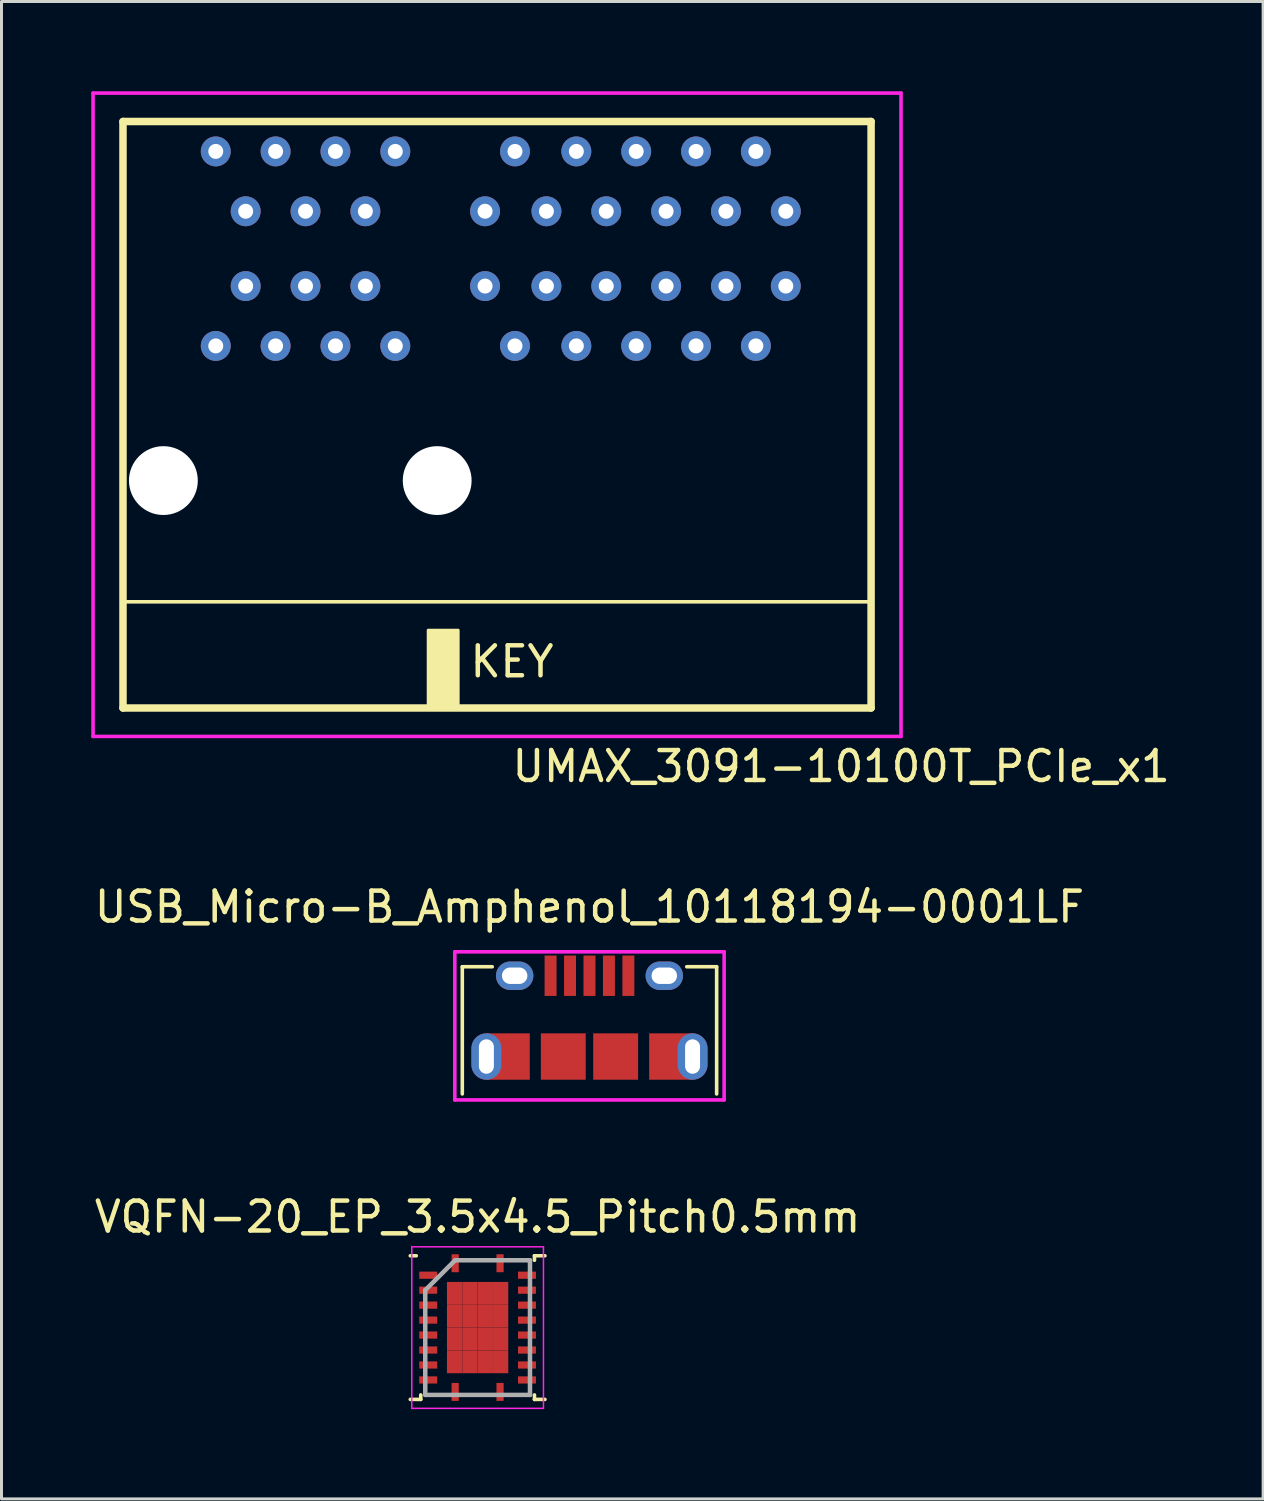
<source format=kicad_pcb>
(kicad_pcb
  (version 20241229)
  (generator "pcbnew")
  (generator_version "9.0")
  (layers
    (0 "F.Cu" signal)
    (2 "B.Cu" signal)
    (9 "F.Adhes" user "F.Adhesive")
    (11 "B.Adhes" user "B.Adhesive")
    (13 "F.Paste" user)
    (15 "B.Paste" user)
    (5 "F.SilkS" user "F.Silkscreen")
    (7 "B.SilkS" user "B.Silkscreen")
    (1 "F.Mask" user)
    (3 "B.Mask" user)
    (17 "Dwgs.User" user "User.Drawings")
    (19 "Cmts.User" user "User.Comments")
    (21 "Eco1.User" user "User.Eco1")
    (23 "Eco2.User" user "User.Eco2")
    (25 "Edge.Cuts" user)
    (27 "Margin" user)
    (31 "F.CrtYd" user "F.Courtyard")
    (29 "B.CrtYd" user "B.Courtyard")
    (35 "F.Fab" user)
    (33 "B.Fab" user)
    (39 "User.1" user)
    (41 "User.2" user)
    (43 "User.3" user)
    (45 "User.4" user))
  (footprint "USB_Micro-B_Amphenol_10118194-0001LF"
    (layer "F.Cu")
    (at 16.649 32.257)
    (property "Reference" "USB_Micro-B_Amphenol_10118194-0001LF" (at 0 -5 0) (layer "F.SilkS") (effects (font (size 1 1) (thickness 0.15))))
    (attr through_hole)
    (fp_line (start -4.25 -3) (end -3.25 -3) (stroke (width 0.12) (type solid)) (layer "F.SilkS"))
    (fp_line (start -4.25 1.25) (end -4.25 -3) (stroke (width 0.12) (type solid)) (layer "F.SilkS"))
    (fp_line (start 4.25 -3) (end 3.25 -3) (stroke (width 0.12) (type solid)) (layer "F.SilkS"))
    (fp_line (start 4.25 1.25) (end 4.25 -3) (stroke (width 0.12) (type solid)) (layer "F.SilkS"))
    (fp_line (start -4.5 -3.5) (end -4.5 1.45) (stroke (width 0.12) (type solid)) (layer "F.CrtYd"))
    (fp_line (start -4.5 1.45) (end 4.5 1.45) (stroke (width 0.12) (type solid)) (layer "F.CrtYd"))
    (fp_line (start 4.5 -3.5) (end -4.5 -3.5) (stroke (width 0.12) (type solid)) (layer "F.CrtYd"))
    (fp_line (start 4.5 1.45) (end 4.5 -3.5) (stroke (width 0.12) (type solid)) (layer "F.CrtYd"))
    (pad "" thru_hole oval (at -3.445 0 180) (size 1 1.55) (drill oval 0.5 1.15) (layers "*.Cu" "*.Mask" "F.Paste"))
    (pad "" smd rect (at -2.72 0 180) (size 1.45 1.55) (layers "F.Cu" "F.Mask" "F.Paste"))
    (pad "" thru_hole oval (at -2.5 -2.7) (size 1.25 0.95) (drill oval 0.85 0.55) (layers "*.Cu" "*.Mask" "F.Paste"))
    (pad "" smd rect (at -0.875 0) (size 1.5 1.55) (layers "F.Cu" "F.Mask" "F.Paste"))
    (pad "" smd rect (at 0.875 0) (size 1.5 1.55) (layers "F.Cu" "F.Mask" "F.Paste"))
    (pad "" thru_hole oval (at 2.5 -2.7) (size 1.25 0.95) (drill oval 0.85 0.55) (layers "*.Cu" "*.Mask" "F.Paste"))
    (pad "" smd rect (at 2.72 0) (size 1.45 1.55) (layers "F.Cu" "F.Mask" "F.Paste"))
    (pad "" thru_hole oval (at 3.445 0) (size 1 1.55) (drill oval 0.5 1.15) (layers "*.Cu" "*.Mask" "F.Paste"))
    (pad "1" smd rect (at -1.3 -2.7) (size 0.4 1.35) (layers "F.Cu" "F.Mask" "F.Paste"))
    (pad "2" smd rect (at -0.65 -2.7) (size 0.4 1.35) (layers "F.Cu" "F.Mask" "F.Paste"))
    (pad "3" smd rect (at 0 -2.7) (size 0.4 1.35) (layers "F.Cu" "F.Mask" "F.Paste"))
    (pad "4" smd rect (at 0.65 -2.7) (size 0.4 1.35) (layers "F.Cu" "F.Mask" "F.Paste"))
    (pad "5" smd rect (at 1.3 -2.7) (size 0.4 1.35) (layers "F.Cu" "F.Mask" "F.Paste")))
  (footprint "UMAX_3091-10100T_PCIe_x1"
    (layer "F.Cu")
    (at 11.56 13.01)
    (property "Reference" "UMAX_3091-10100T_PCIe_x1" (at 13.5 9.55 0) (layer "F.SilkS") (effects (font (size 1 1) (thickness 0.15))))
    (attr through_hole)
    (fp_line (start -10.5 -12) (end -10.5 7.6) (stroke (width 0.25) (type solid)) (layer "F.SilkS"))
    (fp_line (start -10.5 4.05) (end 14.5 4.05) (stroke (width 0.12) (type solid)) (layer "F.SilkS"))
    (fp_line (start 14.5 -12) (end -10.5 -12) (stroke (width 0.25) (type solid)) (layer "F.SilkS"))
    (fp_line (start 14.5 -12) (end 14.5 7.6) (stroke (width 0.25) (type solid)) (layer "F.SilkS"))
    (fp_line (start 14.5 7.6) (end -10.5 7.6) (stroke (width 0.25) (type solid)) (layer "F.SilkS"))
    (fp_poly (pts (xy 0.7 7.5) (xy -0.3 7.5) (xy -0.3 5) (xy 0.7 5)) (stroke (width 0.1) (type solid)) (fill yes) (layer "F.SilkS"))
    (fp_line (start -11.5 -12.95) (end 15.5 -12.95) (stroke (width 0.12) (type solid)) (layer "F.CrtYd"))
    (fp_line (start -11.5 8.55) (end -11.5 -12.95) (stroke (width 0.12) (type solid)) (layer "F.CrtYd"))
    (fp_line (start 15.5 -12.95) (end 15.5 8.55) (stroke (width 0.12) (type solid)) (layer "F.CrtYd"))
    (fp_line (start 15.5 8.55) (end -11.5 8.55) (stroke (width 0.12) (type solid)) (layer "F.CrtYd"))
    (fp_text user "KEY" (at 2.5 6.05 0) (layer "F.SilkS") (effects (font (size 1 1) (thickness 0.15))))
    (pad "" np_thru_hole circle (at -9.15 0) (size 2.3 2.3) (drill 2.3) (layers "*.Cu" "*.Mask"))
    (pad "" np_thru_hole circle (at 0 0) (size 2.3 2.3) (drill 2.3) (layers "*.Cu" "*.Mask"))
    (pad "a1" thru_hole circle (at 11.65 -6.5 180) (size 1 1) (drill 0.5) (layers "*.Cu" "*.Mask"))
    (pad "a2" thru_hole circle (at 10.65 -4.5 180) (size 1 1) (drill 0.5) (layers "*.Cu" "*.Mask"))
    (pad "a3" thru_hole circle (at 9.65 -6.5 180) (size 1 1) (drill 0.5) (layers "*.Cu" "*.Mask"))
    (pad "a4" thru_hole circle (at 8.65 -4.5 180) (size 1 1) (drill 0.5) (layers "*.Cu" "*.Mask"))
    (pad "a5" thru_hole circle (at 7.65 -6.5 180) (size 1 1) (drill 0.5) (layers "*.Cu" "*.Mask"))
    (pad "a6" thru_hole circle (at 6.65 -4.5 180) (size 1 1) (drill 0.5) (layers "*.Cu" "*.Mask"))
    (pad "a7" thru_hole circle (at 5.65 -6.5 180) (size 1 1) (drill 0.5) (layers "*.Cu" "*.Mask"))
    (pad "a8" thru_hole circle (at 4.65 -4.5 180) (size 1 1) (drill 0.5) (layers "*.Cu" "*.Mask"))
    (pad "a9" thru_hole circle (at 3.65 -6.5 180) (size 1 1) (drill 0.5) (layers "*.Cu" "*.Mask"))
    (pad "a10" thru_hole circle (at 2.6 -4.5 180) (size 1 1) (drill 0.5) (layers "*.Cu" "*.Mask"))
    (pad "a11" thru_hole circle (at 1.6 -6.5 180) (size 1 1) (drill 0.5) (layers "*.Cu" "*.Mask"))
    (pad "a12" thru_hole circle (at -1.4 -4.5) (size 1 1) (drill 0.5) (layers "*.Cu" "*.Mask"))
    (pad "a13" thru_hole circle (at -2.4 -6.5) (size 1 1) (drill 0.5) (layers "*.Cu" "*.Mask"))
    (pad "a14" thru_hole circle (at -3.4 -4.5) (size 1 1) (drill 0.5) (layers "*.Cu" "*.Mask"))
    (pad "a15" thru_hole circle (at -4.4 -6.5) (size 1 1) (drill 0.5) (layers "*.Cu" "*.Mask"))
    (pad "a16" thru_hole circle (at -5.4 -4.5) (size 1 1) (drill 0.5) (layers "*.Cu" "*.Mask"))
    (pad "a17" thru_hole circle (at -6.4 -6.5) (size 1 1) (drill 0.5) (layers "*.Cu" "*.Mask"))
    (pad "a18" thru_hole circle (at -7.4 -4.5) (size 1 1) (drill 0.5) (layers "*.Cu" "*.Mask"))
    (pad "b1" thru_hole circle (at 11.65 -9 180) (size 1 1) (drill 0.5) (layers "*.Cu" "*.Mask"))
    (pad "b2" thru_hole circle (at 10.65 -11 180) (size 1 1) (drill 0.5) (layers "*.Cu" "*.Mask"))
    (pad "b3" thru_hole circle (at 9.65 -9 180) (size 1 1) (drill 0.5) (layers "*.Cu" "*.Mask"))
    (pad "b4" thru_hole circle (at 8.65 -11 180) (size 1 1) (drill 0.5) (layers "*.Cu" "*.Mask"))
    (pad "b5" thru_hole circle (at 7.65 -9 180) (size 1 1) (drill 0.5) (layers "*.Cu" "*.Mask"))
    (pad "b6" thru_hole circle (at 6.65 -11 180) (size 1 1) (drill 0.5) (layers "*.Cu" "*.Mask"))
    (pad "b7" thru_hole circle (at 5.65 -9 180) (size 1 1) (drill 0.5) (layers "*.Cu" "*.Mask"))
    (pad "b8" thru_hole circle (at 4.65 -11 180) (size 1 1) (drill 0.5) (layers "*.Cu" "*.Mask"))
    (pad "b9" thru_hole circle (at 3.65 -9 180) (size 1 1) (drill 0.5) (layers "*.Cu" "*.Mask"))
    (pad "b10" thru_hole circle (at 2.6 -11 180) (size 1 1) (drill 0.5) (layers "*.Cu" "*.Mask"))
    (pad "b11" thru_hole circle (at 1.6 -9 180) (size 1 1) (drill 0.5) (layers "*.Cu" "*.Mask"))
    (pad "b12" thru_hole circle (at -1.4 -11) (size 1 1) (drill 0.5) (layers "*.Cu" "*.Mask"))
    (pad "b13" thru_hole circle (at -2.4 -9) (size 1 1) (drill 0.5) (layers "*.Cu" "*.Mask"))
    (pad "b14" thru_hole circle (at -3.4 -11) (size 1 1) (drill 0.5) (layers "*.Cu" "*.Mask"))
    (pad "b15" thru_hole circle (at -4.4 -9) (size 1 1) (drill 0.5) (layers "*.Cu" "*.Mask"))
    (pad "b16" thru_hole circle (at -5.4 -11) (size 1 1) (drill 0.5) (layers "*.Cu" "*.Mask"))
    (pad "b17" thru_hole circle (at -6.4 -9) (size 1 1) (drill 0.5) (layers "*.Cu" "*.Mask"))
    (pad "b18" thru_hole circle (at -7.4 -11) (size 1 1) (drill 0.5) (layers "*.Cu" "*.Mask")))
  (footprint "VQFN-20_EP_3.5x4.5_Pitch0.5mm"
    (layer "F.Cu")
    (at 12.911 41.315)
    (property "Reference" "VQFN-20_EP_3.5x4.5_Pitch0.5mm" (at 0 -3.7 0) (layer "F.SilkS") (effects (font (size 1 1) (thickness 0.15))))
    (attr smd)
    (fp_line (start -2.25 -2.4) (end -2.05 -2.4) (stroke (width 0.12) (type solid)) (layer "F.SilkS"))
    (fp_line (start -2.25 2.4) (end -1.9 2.4) (stroke (width 0.12) (type solid)) (layer "F.SilkS"))
    (fp_line (start -1.9 2.4) (end -1.9 2.25) (stroke (width 0.12) (type solid)) (layer "F.SilkS"))
    (fp_line (start 1.9 -2.4) (end 1.9 -2.25) (stroke (width 0.12) (type solid)) (layer "F.SilkS"))
    (fp_line (start 1.9 2.4) (end 1.9 2.25) (stroke (width 0.12) (type solid)) (layer "F.SilkS"))
    (fp_line (start 2.25 -2.4) (end 1.9 -2.4) (stroke (width 0.12) (type solid)) (layer "F.SilkS"))
    (fp_line (start 2.25 2.4) (end 1.9 2.4) (stroke (width 0.12) (type solid)) (layer "F.SilkS"))
    (fp_line (start -2.2 -2.7) (end 2.2 -2.7) (stroke (width 0.05) (type solid)) (layer "F.CrtYd"))
    (fp_line (start -2.2 2.7) (end -2.2 -2.7) (stroke (width 0.05) (type solid)) (layer "F.CrtYd"))
    (fp_line (start 2.2 -2.7) (end 2.2 2.7) (stroke (width 0.05) (type solid)) (layer "F.CrtYd"))
    (fp_line (start 2.2 2.7) (end -2.2 2.7) (stroke (width 0.05) (type solid)) (layer "F.CrtYd"))
    (fp_line (start -1.75 -1.25) (end -1.75 2.25) (stroke (width 0.15) (type solid)) (layer "F.Fab"))
    (fp_line (start -1.75 2.25) (end 1.75 2.25) (stroke (width 0.15) (type solid)) (layer "F.Fab"))
    (fp_line (start -0.75 -2.25) (end -1.75 -1.25) (stroke (width 0.15) (type solid)) (layer "F.Fab"))
    (fp_line (start 1.75 -2.25) (end -0.75 -2.25) (stroke (width 0.15) (type solid)) (layer "F.Fab"))
    (fp_line (start 1.75 2.25) (end 1.75 -2.25) (stroke (width 0.15) (type solid)) (layer "F.Fab"))
    (pad "1" smd rect (at -0.75 -2.15) (size 0.24 0.6) (layers "F.Cu" "F.Mask" "F.Paste"))
    (pad "2" smd rect (at -1.65 -1.75 90) (size 0.24 0.6) (layers "F.Cu" "F.Mask" "F.Paste"))
    (pad "3" smd rect (at -1.65 -1.25 90) (size 0.24 0.6) (layers "F.Cu" "F.Mask" "F.Paste"))
    (pad "4" smd rect (at -1.65 -0.75 90) (size 0.24 0.6) (layers "F.Cu" "F.Mask" "F.Paste"))
    (pad "5" smd rect (at -1.65 -0.25 90) (size 0.24 0.6) (layers "F.Cu" "F.Mask" "F.Paste"))
    (pad "6" smd rect (at -1.65 0.25 90) (size 0.24 0.6) (layers "F.Cu" "F.Mask" "F.Paste"))
    (pad "7" smd rect (at -1.65 0.75 90) (size 0.24 0.6) (layers "F.Cu" "F.Mask" "F.Paste"))
    (pad "8" smd rect (at -1.65 1.25 90) (size 0.24 0.6) (layers "F.Cu" "F.Mask" "F.Paste"))
    (pad "9" smd rect (at -1.65 1.75 90) (size 0.24 0.6) (layers "F.Cu" "F.Mask" "F.Paste"))
    (pad "10" smd rect (at -0.75 2.15) (size 0.24 0.6) (layers "F.Cu" "F.Mask" "F.Paste"))
    (pad "11" smd rect (at 0.75 2.15) (size 0.24 0.6) (layers "F.Cu" "F.Mask" "F.Paste"))
    (pad "12" smd rect (at 1.65 1.75 90) (size 0.24 0.6) (layers "F.Cu" "F.Mask" "F.Paste"))
    (pad "13" smd rect (at 1.65 1.25 90) (size 0.24 0.6) (layers "F.Cu" "F.Mask" "F.Paste"))
    (pad "14" smd rect (at 1.65 0.75 90) (size 0.24 0.6) (layers "F.Cu" "F.Mask" "F.Paste"))
    (pad "15" smd rect (at 1.65 0.25 90) (size 0.24 0.6) (layers "F.Cu" "F.Mask" "F.Paste"))
    (pad "16" smd rect (at 1.65 -0.25 90) (size 0.24 0.6) (layers "F.Cu" "F.Mask" "F.Paste"))
    (pad "17" smd rect (at 1.65 -0.75 90) (size 0.24 0.6) (layers "F.Cu" "F.Mask" "F.Paste"))
    (pad "18" smd rect (at 1.65 -1.25 90) (size 0.24 0.6) (layers "F.Cu" "F.Mask" "F.Paste"))
    (pad "19" smd rect (at 1.65 -1.75 90) (size 0.24 0.6) (layers "F.Cu" "F.Mask" "F.Paste"))
    (pad "20" smd rect (at 0.75 -2.15) (size 0.24 0.6) (layers "F.Cu" "F.Mask" "F.Paste"))
    (pad "21" smd rect (at -0.769 -1.144) (size 0.512 0.762) (layers "F.Cu" "F.Mask" "F.Paste"))
    (pad "21" smd rect (at -0.769 -0.381) (size 0.512 0.762) (layers "F.Cu" "F.Mask" "F.Paste"))
    (pad "21" smd rect (at -0.769 0.381) (size 0.512 0.762) (layers "F.Cu" "F.Mask" "F.Paste"))
    (pad "21" smd rect (at -0.769 1.144) (size 0.512 0.762) (layers "F.Cu" "F.Mask" "F.Paste"))
    (pad "21" smd rect (at -0.256 -1.144) (size 0.512 0.762) (layers "F.Cu" "F.Mask" "F.Paste"))
    (pad "21" smd rect (at -0.256 -0.381) (size 0.512 0.762) (layers "F.Cu" "F.Mask" "F.Paste"))
    (pad "21" smd rect (at -0.256 0.381) (size 0.512 0.762) (layers "F.Cu" "F.Mask" "F.Paste"))
    (pad "21" smd rect (at -0.256 1.144) (size 0.512 0.762) (layers "F.Cu" "F.Mask" "F.Paste"))
    (pad "21" smd rect (at 0.256 -1.144) (size 0.512 0.762) (layers "F.Cu" "F.Mask" "F.Paste"))
    (pad "21" smd rect (at 0.256 -0.381) (size 0.512 0.762) (layers "F.Cu" "F.Mask" "F.Paste"))
    (pad "21" smd rect (at 0.256 0.381) (size 0.512 0.762) (layers "F.Cu" "F.Mask" "F.Paste"))
    (pad "21" smd rect (at 0.256 1.144) (size 0.512 0.762) (layers "F.Cu" "F.Mask" "F.Paste"))
    (pad "21" smd rect (at 0.769 -1.144) (size 0.512 0.762) (layers "F.Cu" "F.Mask" "F.Paste"))
    (pad "21" smd rect (at 0.769 -0.381) (size 0.512 0.762) (layers "F.Cu" "F.Mask" "F.Paste"))
    (pad "21" smd rect (at 0.769 0.381) (size 0.512 0.762) (layers "F.Cu" "F.Mask" "F.Paste"))
    (pad "21" smd rect (at 0.769 1.144) (size 0.512 0.762) (layers "F.Cu" "F.Mask" "F.Paste")))
  (gr_rect
    (start -3 -3)
    (end 39.161 47.04)
    (stroke (width 0.1) (type default))
    (fill no)
    (layer "Edge.Cuts")))
</source>
